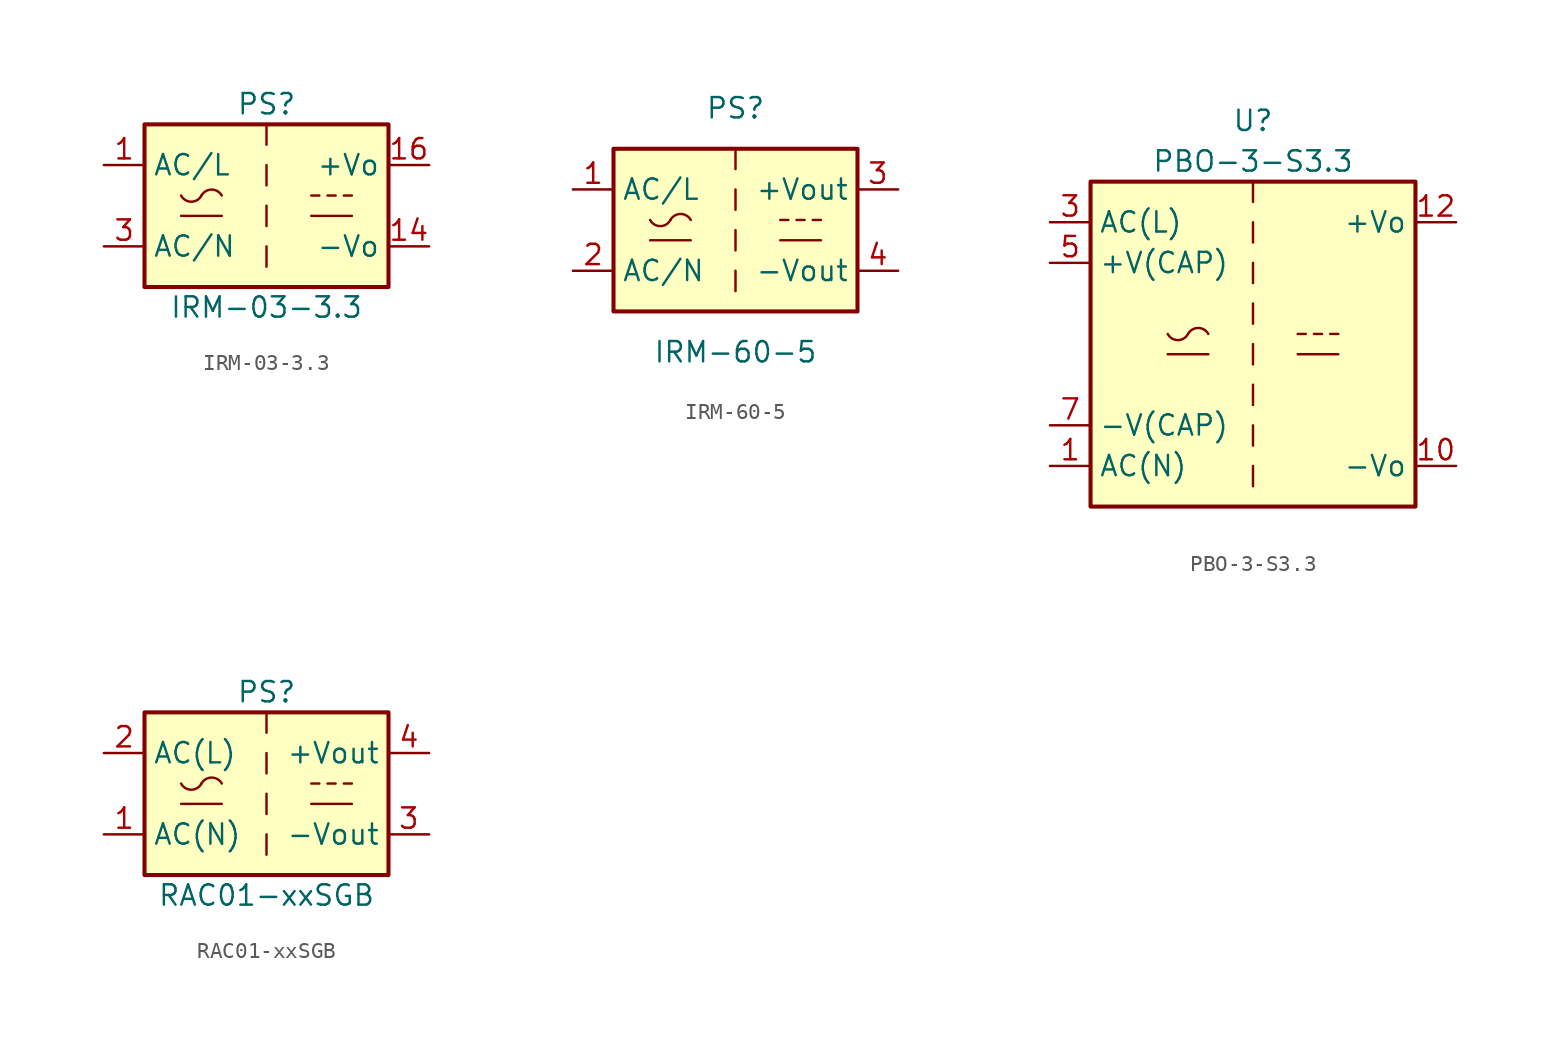
<source format=kicad_sym>
(kicad_symbol_lib
  (version 20201005)
  (generator kicad_symbol_editor)
  (symbol "IRM-03-3.3"
    (property "Reference" "PS"
      (at 0 6.35 0)
      (effects (font (size 1.27 1.27))))
    (property "Value" "IRM-03-3.3"
      (at 0 -6.35 0)
      (effects (font (size 1.27 1.27))))
    (symbol "IRM-03-3.3_0_1"
      (arc (start -5.334 0.635) (end -4.064 0.635) (radius (at -4.699 0.9652) (length 0.7112) (angles -152.5 -27.5)) (stroke (width 0)) (fill (type none)))
      (arc (start -2.794 0.635) (end -4.064 0.635) (radius (at -3.429 0.2794) (length 0.7366) (angles 29.2 150.8)) (stroke (width 0)) (fill (type none)))
      (rectangle (start -7.62 5.08) (end 7.62 -5.08) (stroke (width 0.254)) (fill (type background)))
      (polyline (pts (xy -5.334 -0.635) (xy -2.794 -0.635)) (stroke (width 0)) (fill (type none)))
      (polyline (pts (xy 0 -2.54) (xy 0 -3.81)) (stroke (width 0)) (fill (type none)))
      (polyline (pts (xy 0 0) (xy 0 -1.27)) (stroke (width 0)) (fill (type none)))
      (polyline (pts (xy 0 2.54) (xy 0 1.27)) (stroke (width 0)) (fill (type none)))
      (polyline (pts (xy 0 5.08) (xy 0 3.81)) (stroke (width 0)) (fill (type none)))
      (polyline (pts (xy 2.794 -0.635) (xy 5.334 -0.635)) (stroke (width 0)) (fill (type none)))
      (polyline (pts (xy 2.794 0.635) (xy 3.302 0.635)) (stroke (width 0)) (fill (type none)))
      (polyline (pts (xy 3.81 0.635) (xy 4.318 0.635)) (stroke (width 0)) (fill (type none)))
      (polyline (pts (xy 4.826 0.635) (xy 5.334 0.635)) (stroke (width 0)) (fill (type none))))
    (symbol "IRM-03-3.3_1_1"
      (pin power_in line (at -10.16 2.54 0) (length 2.54) (name "AC/L" (effects (font (size 1.27 1.27)))) (number "1" (effects (font (size 1.27 1.27)))))
      (pin power_out line (at 10.16 -2.54 180) (length 2.54) (name "-Vo" (effects (font (size 1.27 1.27)))) (number "14" (effects (font (size 1.27 1.27)))))
      (pin power_out line (at 10.16 2.54 180) (length 2.54) (name "+Vo" (effects (font (size 1.27 1.27)))) (number "16" (effects (font (size 1.27 1.27)))))
      (pin power_in line (at -10.16 -2.54 0) (length 2.54) (name "AC/N" (effects (font (size 1.27 1.27)))) (number "3" (effects (font (size 1.27 1.27)))))
      (pin no_connect line (at -7.62 0 0) (length 2.54) hide (name "NC" (effects (font (size 1.27 1.27)))) (number "5" (effects (font (size 1.27 1.27)))))))
  (symbol "IRM-60-5"
    (property "Reference" "PS"
      (at 0 7.62 0)
      (effects (font (size 1.27 1.27))))
    (property "Value" "IRM-60-5"
      (at 0 -7.62 0)
      (effects (font (size 1.27 1.27))))
    (symbol "IRM-60-5_1_1"
      (arc (start -5.334 0.635) (end -4.064 0.635) (radius (at -4.699 0.9652) (length 0.7112) (angles -152.5 -27.5)) (stroke (width 0)) (fill (type none)))
      (arc (start -2.794 0.635) (end -4.064 0.635) (radius (at -3.429 0.2794) (length 0.7366) (angles 29.2 150.8)) (stroke (width 0)) (fill (type none)))
      (rectangle (start -7.62 5.08) (end 7.62 -5.08) (stroke (width 0.254)) (fill (type background)))
      (polyline (pts (xy -5.334 -0.635) (xy -2.794 -0.635)) (stroke (width 0)) (fill (type none)))
      (polyline (pts (xy 0 -2.54) (xy 0 -3.81)) (stroke (width 0)) (fill (type none)))
      (polyline (pts (xy 0 0) (xy 0 -1.27)) (stroke (width 0)) (fill (type none)))
      (polyline (pts (xy 0 2.54) (xy 0 1.27)) (stroke (width 0)) (fill (type none)))
      (polyline (pts (xy 0 5.08) (xy 0 3.81)) (stroke (width 0)) (fill (type none)))
      (polyline (pts (xy 2.794 -0.635) (xy 5.334 -0.635)) (stroke (width 0)) (fill (type none)))
      (polyline (pts (xy 2.794 0.635) (xy 3.302 0.635)) (stroke (width 0)) (fill (type none)))
      (polyline (pts (xy 3.81 0.635) (xy 4.318 0.635)) (stroke (width 0)) (fill (type none)))
      (polyline (pts (xy 4.826 0.635) (xy 5.334 0.635)) (stroke (width 0)) (fill (type none)))
      (pin power_in line (at -10.16 2.54 0) (length 2.54) (name "AC/L" (effects (font (size 1.27 1.27)))) (number "1" (effects (font (size 1.27 1.27)))))
      (pin power_in line (at -10.16 -2.54 0) (length 2.54) (name "AC/N" (effects (font (size 1.27 1.27)))) (number "2" (effects (font (size 1.27 1.27)))))
      (pin power_out line (at 10.16 2.54 180) (length 2.54) (name "+Vout" (effects (font (size 1.27 1.27)))) (number "3" (effects (font (size 1.27 1.27)))))
      (pin power_out line (at 10.16 -2.54 180) (length 2.54) (name "-Vout" (effects (font (size 1.27 1.27)))) (number "4" (effects (font (size 1.27 1.27)))))))
  (symbol "PBO-3-S3.3"
    (property "Reference" "U"
      (at 0 13.97 0)
      (effects (font (size 1.27 1.27))))
    (property "Value" "PBO-3-S3.3"
      (at 0 11.43 0)
      (effects (font (size 1.27 1.27))))
    (symbol "PBO-3-S3.3_1_1"
      (arc (start -5.334 0.635) (end -4.064 0.635) (radius (at -4.699 0.9652) (length 0.7112) (angles -152.5 -27.5)) (stroke (width 0)) (fill (type none)))
      (arc (start -2.794 0.635) (end -4.064 0.635) (radius (at -3.429 0.2794) (length 0.7366) (angles 29.2 150.8)) (stroke (width 0)) (fill (type none)))
      (rectangle (start -10.16 10.16) (end 10.16 -10.16) (stroke (width 0.254)) (fill (type background)))
      (polyline (pts (xy -5.334 -0.635) (xy -2.794 -0.635)) (stroke (width 0)) (fill (type none)))
      (polyline (pts (xy 0 -7.62) (xy 0 -8.89)) (stroke (width 0)) (fill (type none)))
      (polyline (pts (xy 0 -5.08) (xy 0 -6.35)) (stroke (width 0)) (fill (type none)))
      (polyline (pts (xy 0 -2.54) (xy 0 -3.81)) (stroke (width 0)) (fill (type none)))
      (polyline (pts (xy 0 0) (xy 0 -1.27)) (stroke (width 0)) (fill (type none)))
      (polyline (pts (xy 0 2.54) (xy 0 1.27)) (stroke (width 0)) (fill (type none)))
      (polyline (pts (xy 0 5.08) (xy 0 3.81)) (stroke (width 0)) (fill (type none)))
      (polyline (pts (xy 0 7.62) (xy 0 6.35)) (stroke (width 0)) (fill (type none)))
      (polyline (pts (xy 0 10.16) (xy 0 8.89)) (stroke (width 0)) (fill (type none)))
      (polyline (pts (xy 2.794 -0.635) (xy 5.334 -0.635)) (stroke (width 0)) (fill (type none)))
      (polyline (pts (xy 2.794 0.635) (xy 3.302 0.635)) (stroke (width 0)) (fill (type none)))
      (polyline (pts (xy 3.81 0.635) (xy 4.318 0.635)) (stroke (width 0)) (fill (type none)))
      (polyline (pts (xy 4.826 0.635) (xy 5.334 0.635)) (stroke (width 0)) (fill (type none)))
      (pin power_in line (at -12.7 -7.62 0) (length 2.54) (name "AC(N)" (effects (font (size 1.27 1.27)))) (number "1" (effects (font (size 1.27 1.27)))))
      (pin power_out line (at 12.7 -7.62 180) (length 2.54) (name "-Vo" (effects (font (size 1.27 1.27)))) (number "10" (effects (font (size 1.27 1.27)))))
      (pin power_out line (at 12.7 7.62 180) (length 2.54) (name "+Vo" (effects (font (size 1.27 1.27)))) (number "12" (effects (font (size 1.27 1.27)))))
      (pin power_in line (at -12.7 7.62 0) (length 2.54) (name "AC(L)" (effects (font (size 1.27 1.27)))) (number "3" (effects (font (size 1.27 1.27)))))
      (pin passive line (at -12.7 5.08 0) (length 2.54) (name "+V(CAP)" (effects (font (size 1.27 1.27)))) (number "5" (effects (font (size 1.27 1.27)))))
      (pin passive line (at -12.7 -5.08 0) (length 2.54) (name "-V(CAP)" (effects (font (size 1.27 1.27)))) (number "7" (effects (font (size 1.27 1.27)))))))
  (symbol "RAC01-xxSGB"
    (property "Reference" "PS"
      (at 0 6.35 0)
      (effects (font (size 1.27 1.27))))
    (property "Value" "RAC01-xxSGB"
      (at 0 -6.35 0)
      (effects (font (size 1.27 1.27))))
    (symbol "RAC01-xxSGB_1_1"
      (arc (start -5.334 0.635) (end -4.064 0.635) (radius (at -4.699 0.9652) (length 0.7112) (angles -152.5 -27.5)) (stroke (width 0)) (fill (type none)))
      (arc (start -2.794 0.635) (end -4.064 0.635) (radius (at -3.429 0.2794) (length 0.7366) (angles 29.2 150.8)) (stroke (width 0)) (fill (type none)))
      (rectangle (start -7.62 5.08) (end 7.62 -5.08) (stroke (width 0.254)) (fill (type background)))
      (polyline (pts (xy -5.334 -0.635) (xy -2.794 -0.635)) (stroke (width 0)) (fill (type none)))
      (polyline (pts (xy 0 -2.54) (xy 0 -3.81)) (stroke (width 0)) (fill (type none)))
      (polyline (pts (xy 0 0) (xy 0 -1.27)) (stroke (width 0)) (fill (type none)))
      (polyline (pts (xy 0 2.54) (xy 0 1.27)) (stroke (width 0)) (fill (type none)))
      (polyline (pts (xy 0 5.08) (xy 0 3.81)) (stroke (width 0)) (fill (type none)))
      (polyline (pts (xy 2.794 -0.635) (xy 5.334 -0.635)) (stroke (width 0)) (fill (type none)))
      (polyline (pts (xy 2.794 0.635) (xy 3.302 0.635)) (stroke (width 0)) (fill (type none)))
      (polyline (pts (xy 3.81 0.635) (xy 4.318 0.635)) (stroke (width 0)) (fill (type none)))
      (polyline (pts (xy 4.826 0.635) (xy 5.334 0.635)) (stroke (width 0)) (fill (type none)))
      (pin power_in line (at -10.16 -2.54 0) (length 2.54) (name "AC(N)" (effects (font (size 1.27 1.27)))) (number "1" (effects (font (size 1.27 1.27)))))
      (pin power_in line (at -10.16 2.54 0) (length 2.54) (name "AC(L)" (effects (font (size 1.27 1.27)))) (number "2" (effects (font (size 1.27 1.27)))))
      (pin power_out line (at 10.16 -2.54 180) (length 2.54) (name "-Vout" (effects (font (size 1.27 1.27)))) (number "3" (effects (font (size 1.27 1.27)))))
      (pin power_out line (at 10.16 2.54 180) (length 2.54) (name "+Vout" (effects (font (size 1.27 1.27)))) (number "4" (effects (font (size 1.27 1.27))))))))
</source>
